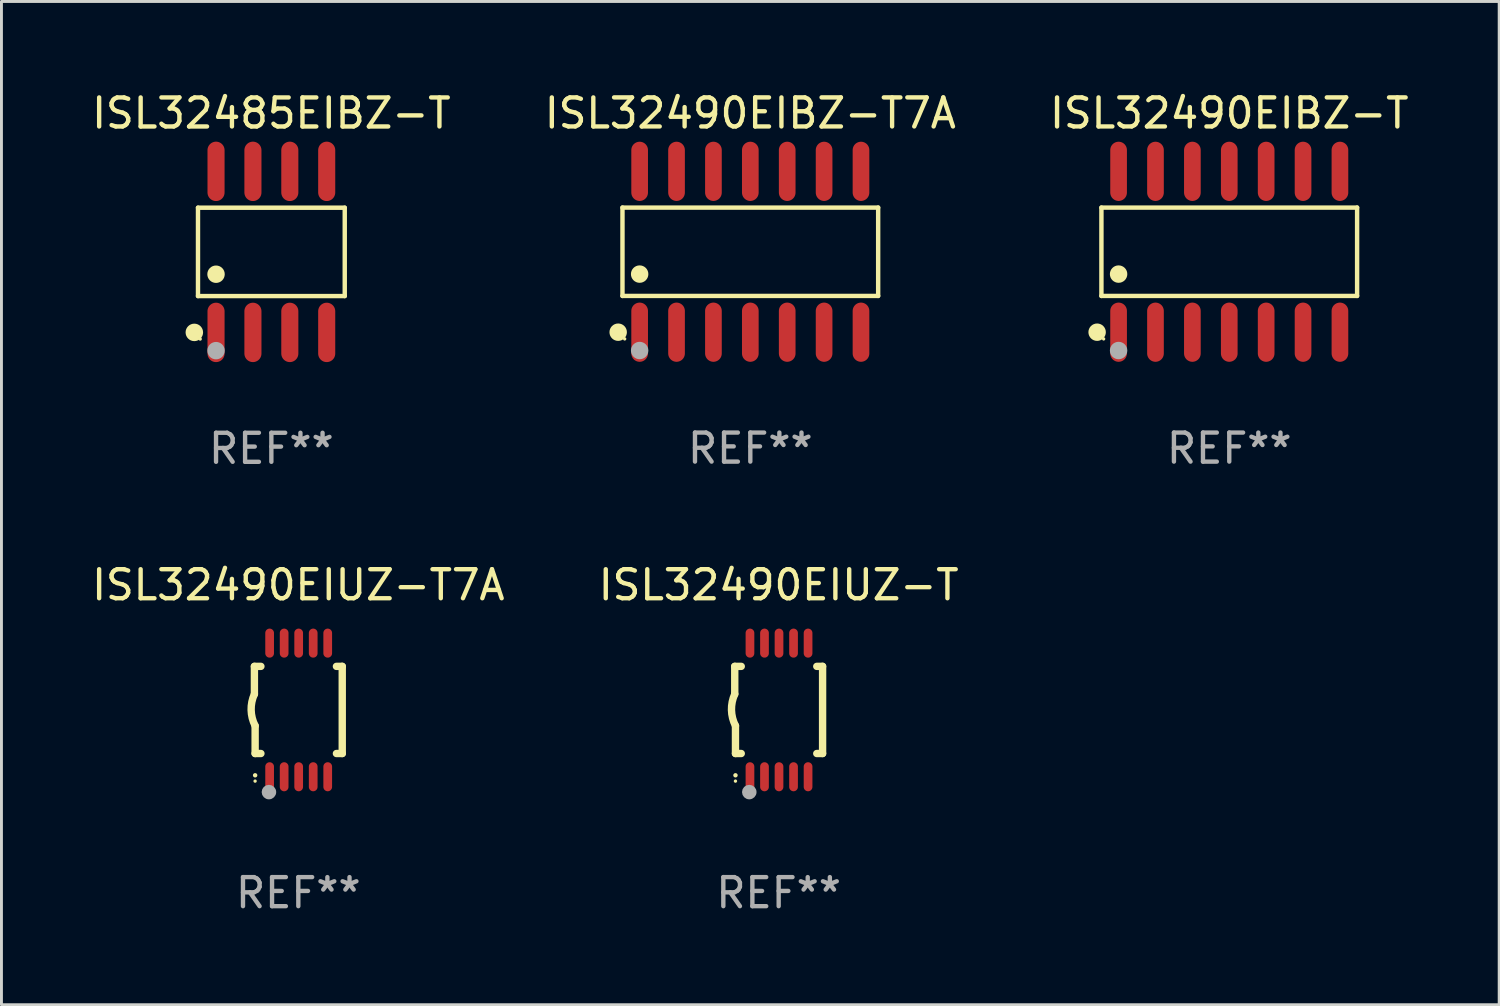
<source format=kicad_pcb>
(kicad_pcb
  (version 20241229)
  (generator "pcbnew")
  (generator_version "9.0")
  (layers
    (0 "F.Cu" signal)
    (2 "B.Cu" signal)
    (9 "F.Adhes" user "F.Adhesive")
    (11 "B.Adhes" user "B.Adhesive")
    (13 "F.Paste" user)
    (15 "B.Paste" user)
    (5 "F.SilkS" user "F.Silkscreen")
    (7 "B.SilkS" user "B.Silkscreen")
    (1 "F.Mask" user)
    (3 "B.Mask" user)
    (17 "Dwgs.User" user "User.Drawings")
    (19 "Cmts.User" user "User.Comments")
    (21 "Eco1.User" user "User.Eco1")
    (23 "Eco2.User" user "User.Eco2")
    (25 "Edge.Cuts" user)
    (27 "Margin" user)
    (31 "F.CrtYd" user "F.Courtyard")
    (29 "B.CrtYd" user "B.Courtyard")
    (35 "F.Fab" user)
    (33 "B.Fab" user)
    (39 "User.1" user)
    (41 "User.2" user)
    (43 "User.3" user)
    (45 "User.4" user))
  (footprint "ISL32490EIBZ-T7A"
    (layer "F.Cu")
    (at 22.78 5.617)
    (property "Reference" "ISL32490EIBZ-T7A" (at 0 -4.769 0) (layer "F.SilkS") (effects (font (size 1 1) (thickness 0.15))))
    (attr through_hole)
    (fp_line (start -4.401 -1.521) (end 4.401 -1.521) (stroke (width 0.152) (type solid)) (layer "F.SilkS"))
    (fp_line (start -4.401 1.521) (end -4.401 -1.521) (stroke (width 0.152) (type solid)) (layer "F.SilkS"))
    (fp_line (start 4.401 -1.521) (end 4.401 1.521) (stroke (width 0.152) (type solid)) (layer "F.SilkS"))
    (fp_line (start 4.401 1.521) (end -4.401 1.521) (stroke (width 0.152) (type solid)) (layer "F.SilkS"))
    (fp_circle (center -4.549 2.769) (end -4.399 2.769) (stroke (width 0.3) (type solid)) (fill no) (layer "F.SilkS"))
    (fp_circle (center -4.325 3) (end -4.295 3) (stroke (width 0.06) (type solid)) (fill no) (layer "F.SilkS"))
    (fp_circle (center -3.81 0.769) (end -3.66 0.769) (stroke (width 0.3) (type solid)) (fill no) (layer "F.SilkS"))
    (fp_circle (center -3.81 3.4) (end -3.66 3.4) (stroke (width 0.3) (type solid)) (fill no) (layer "F.Fab"))
    (fp_text user "REF**" (at 0 6.769 0) (layer "F.Fab") (effects (font (size 1 1) (thickness 0.15))))
    (pad "1" smd oval (at -3.81 2.769) (size 0.574 2.038) (layers "F.Cu" "F.Mask" "F.Paste"))
    (pad "2" smd oval (at -2.54 2.769) (size 0.574 2.038) (layers "F.Cu" "F.Mask" "F.Paste"))
    (pad "3" smd oval (at -1.27 2.769) (size 0.574 2.038) (layers "F.Cu" "F.Mask" "F.Paste"))
    (pad "4" smd oval (at 0 2.769) (size 0.574 2.038) (layers "F.Cu" "F.Mask" "F.Paste"))
    (pad "5" smd oval (at 1.27 2.769) (size 0.574 2.038) (layers "F.Cu" "F.Mask" "F.Paste"))
    (pad "6" smd oval (at 2.54 2.769) (size 0.574 2.038) (layers "F.Cu" "F.Mask" "F.Paste"))
    (pad "7" smd oval (at 3.81 2.769) (size 0.574 2.038) (layers "F.Cu" "F.Mask" "F.Paste"))
    (pad "8" smd oval (at 3.81 -2.769) (size 0.574 2.038) (layers "F.Cu" "F.Mask" "F.Paste"))
    (pad "9" smd oval (at 2.54 -2.769) (size 0.574 2.038) (layers "F.Cu" "F.Mask" "F.Paste"))
    (pad "10" smd oval (at 1.27 -2.769) (size 0.574 2.038) (layers "F.Cu" "F.Mask" "F.Paste"))
    (pad "11" smd oval (at 0 -2.769) (size 0.574 2.038) (layers "F.Cu" "F.Mask" "F.Paste"))
    (pad "12" smd oval (at -1.27 -2.769) (size 0.574 2.038) (layers "F.Cu" "F.Mask" "F.Paste"))
    (pad "13" smd oval (at -2.54 -2.769) (size 0.574 2.038) (layers "F.Cu" "F.Mask" "F.Paste"))
    (pad "14" smd oval (at -3.81 -2.769) (size 0.574 2.038) (layers "F.Cu" "F.Mask" "F.Paste")))
  (footprint "ISL32485EIBZ-T"
    (layer "F.Cu")
    (at 6.292 5.621)
    (property "Reference" "ISL32485EIBZ-T" (at 0 -4.772 0) (layer "F.SilkS") (effects (font (size 1 1) (thickness 0.15))))
    (attr through_hole)
    (fp_line (start -2.526 -1.521) (end 2.526 -1.521) (stroke (width 0.152) (type solid)) (layer "F.SilkS"))
    (fp_line (start -2.526 1.521) (end -2.526 -1.521) (stroke (width 0.152) (type solid)) (layer "F.SilkS"))
    (fp_line (start 2.526 -1.521) (end 2.526 1.521) (stroke (width 0.152) (type solid)) (layer "F.SilkS"))
    (fp_line (start 2.526 1.521) (end -2.526 1.521) (stroke (width 0.152) (type solid)) (layer "F.SilkS"))
    (fp_circle (center -2.652 2.772) (end -2.501 2.772) (stroke (width 0.3) (type solid)) (fill no) (layer "F.SilkS"))
    (fp_circle (center -2.45 3) (end -2.42 3) (stroke (width 0.06) (type solid)) (fill no) (layer "F.SilkS"))
    (fp_circle (center -1.905 0.769) (end -1.755 0.769) (stroke (width 0.3) (type solid)) (fill no) (layer "F.SilkS"))
    (fp_circle (center -1.905 3.4) (end -1.755 3.4) (stroke (width 0.3) (type solid)) (fill no) (layer "F.Fab"))
    (fp_text user "REF**" (at 0 6.772 0) (layer "F.Fab") (effects (font (size 1 1) (thickness 0.15))))
    (pad "1" smd oval (at -1.905 2.772) (size 0.588 2.045) (layers "F.Cu" "F.Mask" "F.Paste"))
    (pad "2" smd oval (at -0.635 2.772) (size 0.588 2.045) (layers "F.Cu" "F.Mask" "F.Paste"))
    (pad "3" smd oval (at 0.635 2.772) (size 0.588 2.045) (layers "F.Cu" "F.Mask" "F.Paste"))
    (pad "4" smd oval (at 1.905 2.772) (size 0.588 2.045) (layers "F.Cu" "F.Mask" "F.Paste"))
    (pad "5" smd oval (at 1.905 -2.772) (size 0.588 2.045) (layers "F.Cu" "F.Mask" "F.Paste"))
    (pad "6" smd oval (at 0.635 -2.772) (size 0.588 2.045) (layers "F.Cu" "F.Mask" "F.Paste"))
    (pad "7" smd oval (at -0.635 -2.772) (size 0.588 2.045) (layers "F.Cu" "F.Mask" "F.Paste"))
    (pad "8" smd oval (at -1.905 -2.772) (size 0.588 2.045) (layers "F.Cu" "F.Mask" "F.Paste")))
  (footprint "ISL32490EIUZ-T"
    (layer "F.Cu")
    (at 23.756 21.39)
    (property "Reference" "ISL32490EIUZ-T" (at 0 -4.3 0) (layer "F.SilkS") (effects (font (size 1 1) (thickness 0.15))))
    (attr through_hole)
    (fp_line (start -1.512 -1.5) (end -1.512 -0.546) (stroke (width 0.254) (type solid)) (layer "F.SilkS"))
    (fp_line (start -1.487 0.546) (end -1.487 1.5) (stroke (width 0.254) (type solid)) (layer "F.SilkS"))
    (fp_line (start -1.288 -1.5) (end -1.512 -1.5) (stroke (width 0.254) (type solid)) (layer "F.SilkS"))
    (fp_line (start -1.288 1.5) (end -1.487 1.5) (stroke (width 0.254) (type solid)) (layer "F.SilkS"))
    (fp_line (start 1.512 -1.5) (end 1.312 -1.5) (stroke (width 0.254) (type solid)) (layer "F.SilkS"))
    (fp_line (start 1.512 -1.5) (end 1.512 1.5) (stroke (width 0.254) (type solid)) (layer "F.SilkS"))
    (fp_line (start 1.512 1.5) (end 1.312 1.5) (stroke (width 0.254) (type solid)) (layer "F.SilkS"))
    (fp_arc (start -1.487998 2.250013) (mid -1.486728 2.250007) (end -1.485458 2.250013) (stroke (width 0.150013) (type solid)) (layer "F.SilkS"))
    (fp_arc (start -1.486602 0.546102) (mid -1.624196 0.002905) (end -1.512002 -0.546101) (stroke (width 0.254001) (type solid)) (layer "F.SilkS"))
    (fp_circle (center -1.488 2.45) (end -1.458 2.45) (stroke (width 0.06) (type solid)) (fill no) (layer "F.SilkS"))
    (fp_circle (center -1.012 2.828) (end -0.887 2.828) (stroke (width 0.25) (type solid)) (fill no) (layer "F.Fab"))
    (fp_text user "REF**" (at 0 6.3 0) (layer "F.Fab") (effects (font (size 1 1) (thickness 0.15))))
    (pad "1" smd oval (at -0.988 2.3) (size 0.3 1) (layers "F.Cu" "F.Mask" "F.Paste"))
    (pad "2" smd oval (at -0.488 2.3) (size 0.3 1) (layers "F.Cu" "F.Mask" "F.Paste"))
    (pad "3" smd oval (at 0.012 2.3) (size 0.3 1) (layers "F.Cu" "F.Mask" "F.Paste"))
    (pad "4" smd oval (at 0.512 2.3) (size 0.3 1) (layers "F.Cu" "F.Mask" "F.Paste"))
    (pad "5" smd oval (at 1.012 2.3) (size 0.3 1) (layers "F.Cu" "F.Mask" "F.Paste"))
    (pad "6" smd oval (at 1.012 -2.3) (size 0.3 1) (layers "F.Cu" "F.Mask" "F.Paste"))
    (pad "7" smd oval (at 0.512 -2.3) (size 0.3 1) (layers "F.Cu" "F.Mask" "F.Paste"))
    (pad "8" smd oval (at 0.012 -2.3) (size 0.3 1) (layers "F.Cu" "F.Mask" "F.Paste"))
    (pad "9" smd oval (at -0.488 -2.3) (size 0.3 1) (layers "F.Cu" "F.Mask" "F.Paste"))
    (pad "10" smd oval (at -0.988 -2.3) (size 0.3 1) (layers "F.Cu" "F.Mask" "F.Paste")))
  (footprint "ISL32490EIBZ-T"
    (layer "F.Cu")
    (at 39.268 5.617)
    (property "Reference" "ISL32490EIBZ-T" (at 0 -4.769 0) (layer "F.SilkS") (effects (font (size 1 1) (thickness 0.15))))
    (attr through_hole)
    (fp_line (start -4.401 -1.521) (end 4.401 -1.521) (stroke (width 0.152) (type solid)) (layer "F.SilkS"))
    (fp_line (start -4.401 1.521) (end -4.401 -1.521) (stroke (width 0.152) (type solid)) (layer "F.SilkS"))
    (fp_line (start 4.401 -1.521) (end 4.401 1.521) (stroke (width 0.152) (type solid)) (layer "F.SilkS"))
    (fp_line (start 4.401 1.521) (end -4.401 1.521) (stroke (width 0.152) (type solid)) (layer "F.SilkS"))
    (fp_circle (center -4.549 2.769) (end -4.399 2.769) (stroke (width 0.3) (type solid)) (fill no) (layer "F.SilkS"))
    (fp_circle (center -4.325 3) (end -4.295 3) (stroke (width 0.06) (type solid)) (fill no) (layer "F.SilkS"))
    (fp_circle (center -3.81 0.769) (end -3.66 0.769) (stroke (width 0.3) (type solid)) (fill no) (layer "F.SilkS"))
    (fp_circle (center -3.81 3.4) (end -3.66 3.4) (stroke (width 0.3) (type solid)) (fill no) (layer "F.Fab"))
    (fp_text user "REF**" (at 0 6.769 0) (layer "F.Fab") (effects (font (size 1 1) (thickness 0.15))))
    (pad "1" smd oval (at -3.81 2.769) (size 0.574 2.038) (layers "F.Cu" "F.Mask" "F.Paste"))
    (pad "2" smd oval (at -2.54 2.769) (size 0.574 2.038) (layers "F.Cu" "F.Mask" "F.Paste"))
    (pad "3" smd oval (at -1.27 2.769) (size 0.574 2.038) (layers "F.Cu" "F.Mask" "F.Paste"))
    (pad "4" smd oval (at 0 2.769) (size 0.574 2.038) (layers "F.Cu" "F.Mask" "F.Paste"))
    (pad "5" smd oval (at 1.27 2.769) (size 0.574 2.038) (layers "F.Cu" "F.Mask" "F.Paste"))
    (pad "6" smd oval (at 2.54 2.769) (size 0.574 2.038) (layers "F.Cu" "F.Mask" "F.Paste"))
    (pad "7" smd oval (at 3.81 2.769) (size 0.574 2.038) (layers "F.Cu" "F.Mask" "F.Paste"))
    (pad "8" smd oval (at 3.81 -2.769) (size 0.574 2.038) (layers "F.Cu" "F.Mask" "F.Paste"))
    (pad "9" smd oval (at 2.54 -2.769) (size 0.574 2.038) (layers "F.Cu" "F.Mask" "F.Paste"))
    (pad "10" smd oval (at 1.27 -2.769) (size 0.574 2.038) (layers "F.Cu" "F.Mask" "F.Paste"))
    (pad "11" smd oval (at 0 -2.769) (size 0.574 2.038) (layers "F.Cu" "F.Mask" "F.Paste"))
    (pad "12" smd oval (at -1.27 -2.769) (size 0.574 2.038) (layers "F.Cu" "F.Mask" "F.Paste"))
    (pad "13" smd oval (at -2.54 -2.769) (size 0.574 2.038) (layers "F.Cu" "F.Mask" "F.Paste"))
    (pad "14" smd oval (at -3.81 -2.769) (size 0.574 2.038) (layers "F.Cu" "F.Mask" "F.Paste")))
  (footprint "ISL32490EIUZ-T7A"
    (layer "F.Cu")
    (at 7.22 21.39)
    (property "Reference" "ISL32490EIUZ-T7A" (at 0 -4.3 0) (layer "F.SilkS") (effects (font (size 1 1) (thickness 0.15))))
    (attr through_hole)
    (fp_line (start -1.512 -1.5) (end -1.512 -0.546) (stroke (width 0.254) (type solid)) (layer "F.SilkS"))
    (fp_line (start -1.487 0.546) (end -1.487 1.5) (stroke (width 0.254) (type solid)) (layer "F.SilkS"))
    (fp_line (start -1.288 -1.5) (end -1.512 -1.5) (stroke (width 0.254) (type solid)) (layer "F.SilkS"))
    (fp_line (start -1.288 1.5) (end -1.487 1.5) (stroke (width 0.254) (type solid)) (layer "F.SilkS"))
    (fp_line (start 1.512 -1.5) (end 1.312 -1.5) (stroke (width 0.254) (type solid)) (layer "F.SilkS"))
    (fp_line (start 1.512 -1.5) (end 1.512 1.5) (stroke (width 0.254) (type solid)) (layer "F.SilkS"))
    (fp_line (start 1.512 1.5) (end 1.312 1.5) (stroke (width 0.254) (type solid)) (layer "F.SilkS"))
    (fp_arc (start -1.487998 2.250013) (mid -1.486728 2.250007) (end -1.485458 2.250013) (stroke (width 0.150013) (type solid)) (layer "F.SilkS"))
    (fp_arc (start -1.486602 0.546102) (mid -1.624196 0.002905) (end -1.512002 -0.546101) (stroke (width 0.254001) (type solid)) (layer "F.SilkS"))
    (fp_circle (center -1.488 2.45) (end -1.458 2.45) (stroke (width 0.06) (type solid)) (fill no) (layer "F.SilkS"))
    (fp_circle (center -1.012 2.828) (end -0.887 2.828) (stroke (width 0.25) (type solid)) (fill no) (layer "F.Fab"))
    (fp_text user "REF**" (at 0 6.3 0) (layer "F.Fab") (effects (font (size 1 1) (thickness 0.15))))
    (pad "1" smd oval (at -0.988 2.3) (size 0.3 1) (layers "F.Cu" "F.Mask" "F.Paste"))
    (pad "2" smd oval (at -0.488 2.3) (size 0.3 1) (layers "F.Cu" "F.Mask" "F.Paste"))
    (pad "3" smd oval (at 0.012 2.3) (size 0.3 1) (layers "F.Cu" "F.Mask" "F.Paste"))
    (pad "4" smd oval (at 0.512 2.3) (size 0.3 1) (layers "F.Cu" "F.Mask" "F.Paste"))
    (pad "5" smd oval (at 1.012 2.3) (size 0.3 1) (layers "F.Cu" "F.Mask" "F.Paste"))
    (pad "6" smd oval (at 1.012 -2.3) (size 0.3 1) (layers "F.Cu" "F.Mask" "F.Paste"))
    (pad "7" smd oval (at 0.512 -2.3) (size 0.3 1) (layers "F.Cu" "F.Mask" "F.Paste"))
    (pad "8" smd oval (at 0.012 -2.3) (size 0.3 1) (layers "F.Cu" "F.Mask" "F.Paste"))
    (pad "9" smd oval (at -0.488 -2.3) (size 0.3 1) (layers "F.Cu" "F.Mask" "F.Paste"))
    (pad "10" smd oval (at -0.988 -2.3) (size 0.3 1) (layers "F.Cu" "F.Mask" "F.Paste")))
  (gr_rect
    (start -3 -3)
    (end 48.56 31.538)
    (stroke (width 0.1) (type default))
    (fill no)
    (layer "Edge.Cuts")))
</source>
